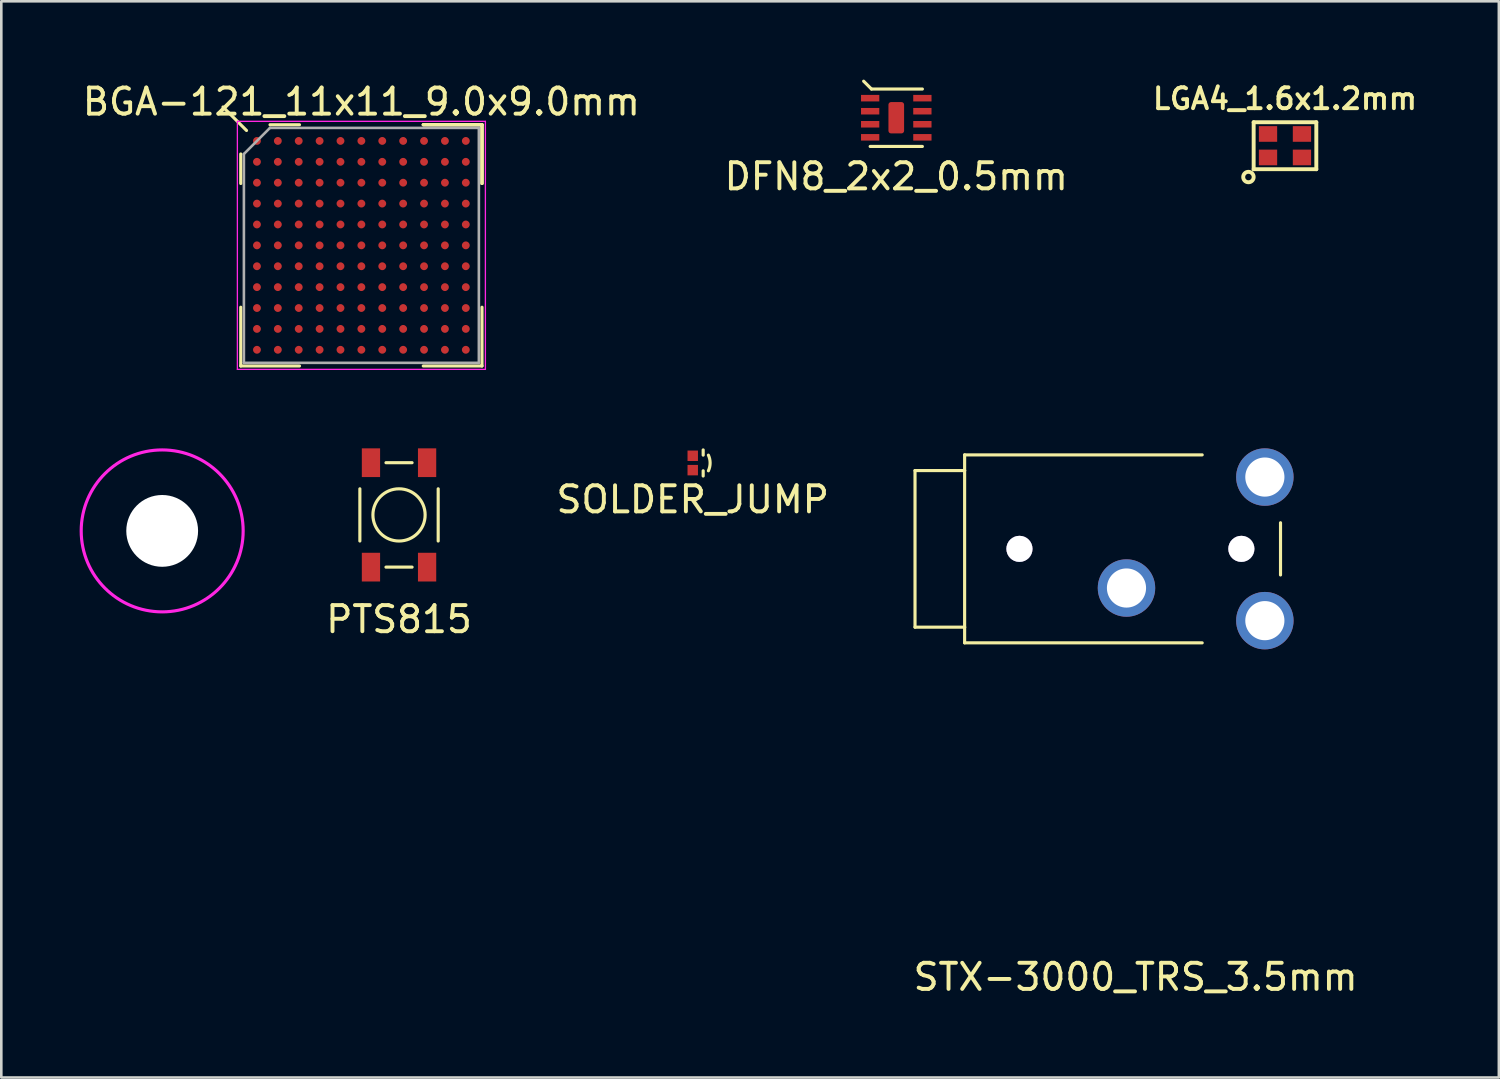
<source format=kicad_pcb>
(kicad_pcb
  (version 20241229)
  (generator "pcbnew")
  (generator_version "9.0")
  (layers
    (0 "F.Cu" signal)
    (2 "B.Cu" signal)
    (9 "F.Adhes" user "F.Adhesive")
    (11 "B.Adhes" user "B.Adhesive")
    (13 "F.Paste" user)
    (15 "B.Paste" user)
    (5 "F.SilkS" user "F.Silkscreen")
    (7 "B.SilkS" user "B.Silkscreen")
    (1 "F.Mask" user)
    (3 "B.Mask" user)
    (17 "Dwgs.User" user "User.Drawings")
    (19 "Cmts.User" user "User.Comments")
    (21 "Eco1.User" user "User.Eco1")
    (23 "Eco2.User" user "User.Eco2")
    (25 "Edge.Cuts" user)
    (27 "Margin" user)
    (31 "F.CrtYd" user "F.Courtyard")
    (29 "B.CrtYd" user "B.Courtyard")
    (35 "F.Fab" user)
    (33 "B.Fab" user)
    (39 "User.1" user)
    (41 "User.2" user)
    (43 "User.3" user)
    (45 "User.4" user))
  (footprint "PTS815"
    (layer "F.Cu")
    (at 12.234 16.673)
    (property "Reference" "PTS815" (at 0 4 180) (layer "F.SilkS") (effects (font (size 1 1) (thickness 0.15))))
    (attr through_hole)
    (fp_line (start -1.5 1) (end -1.5 -1) (stroke (width 0.12) (type solid)) (layer "F.SilkS"))
    (fp_line (start -0.5 -2) (end 0.5 -2) (stroke (width 0.12) (type solid)) (layer "F.SilkS"))
    (fp_line (start 0.5 2) (end -0.5 2) (stroke (width 0.12) (type solid)) (layer "F.SilkS"))
    (fp_line (start 1.5 1) (end 1.5 -1) (stroke (width 0.12) (type solid)) (layer "F.SilkS"))
    (fp_circle (center 0 0) (end 0 -1) (stroke (width 0.12) (type solid)) (fill no) (layer "F.SilkS"))
    (pad "1" smd rect (at -1.075 -2 90) (size 1.1 0.7) (layers "F.Cu" "F.Mask" "F.Paste"))
    (pad "2" smd rect (at 1.075 -2 90) (size 1.1 0.7) (layers "F.Cu" "F.Mask" "F.Paste"))
    (pad "~" smd rect (at -1.075 2 90) (size 1.1 0.7) (layers "F.Cu" "F.Mask" "F.Paste"))
    (pad "~" smd rect (at 1.075 2 90) (size 1.1 0.7) (layers "F.Cu" "F.Mask" "F.Paste")))
  (footprint "STX-3000_TRS_3.5mm"
    (layer "F.Cu")
    (at 40.098 17.973)
    (property "Reference" "STX-3000_TRS_3.5mm" (at 0.35 16.4 0) (layer "F.SilkS") (effects (font (size 1 1) (thickness 0.15))))
    (attr through_hole)
    (fp_line (start -8.1 -3) (end -6.2 -3) (stroke (width 0.12) (type solid)) (layer "F.SilkS"))
    (fp_line (start -8.1 3) (end -8.1 -3) (stroke (width 0.12) (type solid)) (layer "F.SilkS"))
    (fp_line (start -8.1 3) (end -6.2 3) (stroke (width 0.12) (type solid)) (layer "F.SilkS"))
    (fp_line (start -6.2 -3.6) (end 2.9 -3.6) (stroke (width 0.12) (type solid)) (layer "F.SilkS"))
    (fp_line (start -6.2 -3) (end -6.2 -3.6) (stroke (width 0.12) (type solid)) (layer "F.SilkS"))
    (fp_line (start -6.2 -3) (end -6.2 3) (stroke (width 0.12) (type solid)) (layer "F.SilkS"))
    (fp_line (start -6.2 3) (end -6.2 3.6) (stroke (width 0.12) (type solid)) (layer "F.SilkS"))
    (fp_line (start -6.2 3.6) (end 2.9 3.6) (stroke (width 0.12) (type solid)) (layer "F.SilkS"))
    (fp_line (start 5.9 -1) (end 5.9 1) (stroke (width 0.12) (type solid)) (layer "F.SilkS"))
    (pad "R" thru_hole circle (at 5.3 -2.75) (size 2.2 2.2) (drill 1.5) (layers "*.Cu" "*.Mask"))
    (pad "S" thru_hole circle (at 0 1.5) (size 2.2 2.2) (drill 1.5) (layers "*.Cu" "*.Mask"))
    (pad "T" thru_hole circle (at 5.3 2.75) (size 2.2 2.2) (drill 1.5) (layers "*.Cu" "*.Mask"))
    (pad "~" thru_hole circle (at -4.1 0) (size 1 1) (drill 1) (layers "*.Cu" "*.Mask"))
    (pad "~" thru_hole circle (at 4.4 0) (size 1 1) (drill 1) (layers "*.Cu" "*.Mask")))
  (footprint "SOLDER_JUMP"
    (layer "F.Cu")
    (at 23.484 14.683)
    (property "Reference" "SOLDER_JUMP" (at 0 1.4 0) (layer "F.SilkS") (effects (font (size 1 1) (thickness 0.15))))
    (attr through_hole)
    (fp_line (start 0.4 -0.5) (end 0.4 -0.3) (stroke (width 0.12) (type solid)) (layer "F.SilkS"))
    (fp_line (start 0.4 0.3) (end 0.4 0.5) (stroke (width 0.12) (type solid)) (layer "F.SilkS"))
    (fp_arc (start 0.599999 -0.3) (mid 0.66589 0) (end 0.599999 0.299999) (stroke (width 0.12) (type solid)) (layer "F.SilkS"))
    (pad "1" smd rect (at 0 -0.275) (size 0.4 0.4) (layers "F.Cu" "F.Mask" "F.Paste"))
    (pad "2" smd rect (at 0 0.275) (size 0.4 0.4) (layers "F.Cu" "F.Mask" "F.Paste")))
  (footprint "BGA-121_11x11_9.0x9.0mm"
    (layer "F.Cu")
    (at 10.792 6.348)
    (property "Reference" "BGA-121_11x11_9.0x9.0mm" (at 0 -5.5 0) (layer "F.SilkS") (effects (font (size 1 1) (thickness 0.15))))
    (attr smd)
    (fp_line (start -4.62 -3.5) (end -4.62 -2.37) (stroke (width 0.12) (type solid)) (layer "F.SilkS"))
    (fp_line (start -4.62 4.62) (end -4.62 2.37) (stroke (width 0.12) (type solid)) (layer "F.SilkS"))
    (fp_line (start -4.4 -4.4) (end -5.3 -5.3) (stroke (width 0.12) (type solid)) (layer "F.SilkS"))
    (fp_line (start -2.37 -4.62) (end -3.5 -4.62) (stroke (width 0.12) (type solid)) (layer "F.SilkS"))
    (fp_line (start -2.37 4.62) (end -4.62 4.62) (stroke (width 0.12) (type solid)) (layer "F.SilkS"))
    (fp_line (start 2.37 -4.62) (end 4.62 -4.62) (stroke (width 0.12) (type solid)) (layer "F.SilkS"))
    (fp_line (start 2.37 -4.62) (end 4.62 -4.62) (stroke (width 0.12) (type solid)) (layer "F.SilkS"))
    (fp_line (start 2.37 -4.62) (end 4.62 -4.62) (stroke (width 0.12) (type solid)) (layer "F.SilkS"))
    (fp_line (start 2.37 4.62) (end 4.62 4.62) (stroke (width 0.12) (type solid)) (layer "F.SilkS"))
    (fp_line (start 4.62 -4.62) (end 4.62 -2.37) (stroke (width 0.12) (type solid)) (layer "F.SilkS"))
    (fp_line (start 4.62 -4.62) (end 4.62 -2.37) (stroke (width 0.12) (type solid)) (layer "F.SilkS"))
    (fp_line (start 4.62 -4.62) (end 4.62 -2.37) (stroke (width 0.12) (type solid)) (layer "F.SilkS"))
    (fp_line (start 4.62 4.62) (end 4.62 2.37) (stroke (width 0.12) (type solid)) (layer "F.SilkS"))
    (fp_line (start -4.75 -4.75) (end 4.75 -4.75) (stroke (width 0.05) (type solid)) (layer "F.CrtYd"))
    (fp_line (start -4.75 4.75) (end -4.75 -4.75) (stroke (width 0.05) (type solid)) (layer "F.CrtYd"))
    (fp_line (start 4.75 -4.75) (end 4.75 4.75) (stroke (width 0.05) (type solid)) (layer "F.CrtYd"))
    (fp_line (start 4.75 4.75) (end -4.75 4.75) (stroke (width 0.05) (type solid)) (layer "F.CrtYd"))
    (fp_line (start -4.5 -3.5) (end -4.5 4.5) (stroke (width 0.1) (type solid)) (layer "F.Fab"))
    (fp_line (start -4.5 4.5) (end 4.5 4.5) (stroke (width 0.1) (type solid)) (layer "F.Fab"))
    (fp_line (start -3.5 -4.5) (end -4.5 -3.5) (stroke (width 0.1) (type solid)) (layer "F.Fab"))
    (fp_line (start 4.5 -4.5) (end -3.5 -4.5) (stroke (width 0.1) (type solid)) (layer "F.Fab"))
    (fp_line (start 4.5 4.5) (end 4.5 -4.5) (stroke (width 0.1) (type solid)) (layer "F.Fab"))
    (pad "A1" smd circle (at -4 -4) (size 0.3 0.3) (layers "F.Cu" "F.Mask" "F.Paste"))
    (pad "A2" smd circle (at -3.2 -4) (size 0.3 0.3) (layers "F.Cu" "F.Mask" "F.Paste"))
    (pad "A3" smd circle (at -2.4 -4) (size 0.3 0.3) (layers "F.Cu" "F.Mask" "F.Paste"))
    (pad "A4" smd circle (at -1.6 -4) (size 0.3 0.3) (layers "F.Cu" "F.Mask" "F.Paste"))
    (pad "A5" smd circle (at -0.8 -4) (size 0.3 0.3) (layers "F.Cu" "F.Mask" "F.Paste"))
    (pad "A6" smd circle (at 0 -4) (size 0.3 0.3) (layers "F.Cu" "F.Mask" "F.Paste"))
    (pad "A7" smd circle (at 0.8 -4) (size 0.3 0.3) (layers "F.Cu" "F.Mask" "F.Paste"))
    (pad "A8" smd circle (at 1.6 -4) (size 0.3 0.3) (layers "F.Cu" "F.Mask" "F.Paste"))
    (pad "A9" smd circle (at 2.4 -4) (size 0.3 0.3) (layers "F.Cu" "F.Mask" "F.Paste"))
    (pad "A10" smd circle (at 3.2 -4) (size 0.3 0.3) (layers "F.Cu" "F.Mask" "F.Paste"))
    (pad "A11" smd circle (at 4 -4) (size 0.3 0.3) (layers "F.Cu" "F.Mask" "F.Paste"))
    (pad "B1" smd circle (at -4 -3.2) (size 0.3 0.3) (layers "F.Cu" "F.Mask" "F.Paste"))
    (pad "B2" smd circle (at -3.2 -3.2) (size 0.3 0.3) (layers "F.Cu" "F.Mask" "F.Paste"))
    (pad "B3" smd circle (at -2.4 -3.2) (size 0.3 0.3) (layers "F.Cu" "F.Mask" "F.Paste"))
    (pad "B4" smd circle (at -1.6 -3.2) (size 0.3 0.3) (layers "F.Cu" "F.Mask" "F.Paste"))
    (pad "B5" smd circle (at -0.8 -3.2) (size 0.3 0.3) (layers "F.Cu" "F.Mask" "F.Paste"))
    (pad "B6" smd circle (at 0 -3.2) (size 0.3 0.3) (layers "F.Cu" "F.Mask" "F.Paste"))
    (pad "B7" smd circle (at 0.8 -3.2) (size 0.3 0.3) (layers "F.Cu" "F.Mask" "F.Paste"))
    (pad "B8" smd circle (at 1.6 -3.2) (size 0.3 0.3) (layers "F.Cu" "F.Mask" "F.Paste"))
    (pad "B9" smd circle (at 2.4 -3.2) (size 0.3 0.3) (layers "F.Cu" "F.Mask" "F.Paste"))
    (pad "B10" smd circle (at 3.2 -3.2) (size 0.3 0.3) (layers "F.Cu" "F.Mask" "F.Paste"))
    (pad "B11" smd circle (at 4 -3.2) (size 0.3 0.3) (layers "F.Cu" "F.Mask" "F.Paste"))
    (pad "C1" smd circle (at -4 -2.4) (size 0.3 0.3) (layers "F.Cu" "F.Mask" "F.Paste"))
    (pad "C2" smd circle (at -3.2 -2.4) (size 0.3 0.3) (layers "F.Cu" "F.Mask" "F.Paste"))
    (pad "C3" smd circle (at -2.4 -2.4) (size 0.3 0.3) (layers "F.Cu" "F.Mask" "F.Paste"))
    (pad "C4" smd circle (at -1.6 -2.4) (size 0.3 0.3) (layers "F.Cu" "F.Mask" "F.Paste"))
    (pad "C5" smd circle (at -0.8 -2.4) (size 0.3 0.3) (layers "F.Cu" "F.Mask" "F.Paste"))
    (pad "C6" smd circle (at 0 -2.4) (size 0.3 0.3) (layers "F.Cu" "F.Mask" "F.Paste"))
    (pad "C7" smd circle (at 0.8 -2.4) (size 0.3 0.3) (layers "F.Cu" "F.Mask" "F.Paste"))
    (pad "C8" smd circle (at 1.6 -2.4) (size 0.3 0.3) (layers "F.Cu" "F.Mask" "F.Paste"))
    (pad "C9" smd circle (at 2.4 -2.4) (size 0.3 0.3) (layers "F.Cu" "F.Mask" "F.Paste"))
    (pad "C10" smd circle (at 3.2 -2.4) (size 0.3 0.3) (layers "F.Cu" "F.Mask" "F.Paste"))
    (pad "C11" smd circle (at 4 -2.4) (size 0.3 0.3) (layers "F.Cu" "F.Mask" "F.Paste"))
    (pad "D1" smd circle (at -4 -1.6) (size 0.3 0.3) (layers "F.Cu" "F.Mask" "F.Paste"))
    (pad "D2" smd circle (at -3.2 -1.6) (size 0.3 0.3) (layers "F.Cu" "F.Mask" "F.Paste"))
    (pad "D3" smd circle (at -2.4 -1.6) (size 0.3 0.3) (layers "F.Cu" "F.Mask" "F.Paste"))
    (pad "D4" smd circle (at -1.6 -1.6) (size 0.3 0.3) (layers "F.Cu" "F.Mask" "F.Paste"))
    (pad "D5" smd circle (at -0.8 -1.6) (size 0.3 0.3) (layers "F.Cu" "F.Mask" "F.Paste"))
    (pad "D6" smd circle (at 0 -1.6) (size 0.3 0.3) (layers "F.Cu" "F.Mask" "F.Paste"))
    (pad "D7" smd circle (at 0.8 -1.6) (size 0.3 0.3) (layers "F.Cu" "F.Mask" "F.Paste"))
    (pad "D8" smd circle (at 1.6 -1.6) (size 0.3 0.3) (layers "F.Cu" "F.Mask" "F.Paste"))
    (pad "D9" smd circle (at 2.4 -1.6) (size 0.3 0.3) (layers "F.Cu" "F.Mask" "F.Paste"))
    (pad "D10" smd circle (at 3.2 -1.6) (size 0.3 0.3) (layers "F.Cu" "F.Mask" "F.Paste"))
    (pad "D11" smd circle (at 4 -1.6) (size 0.3 0.3) (layers "F.Cu" "F.Mask" "F.Paste"))
    (pad "E1" smd circle (at -4 -0.8) (size 0.3 0.3) (layers "F.Cu" "F.Mask" "F.Paste"))
    (pad "E2" smd circle (at -3.2 -0.8) (size 0.3 0.3) (layers "F.Cu" "F.Mask" "F.Paste"))
    (pad "E3" smd circle (at -2.4 -0.8) (size 0.3 0.3) (layers "F.Cu" "F.Mask" "F.Paste"))
    (pad "E4" smd circle (at -1.6 -0.8) (size 0.3 0.3) (layers "F.Cu" "F.Mask" "F.Paste"))
    (pad "E5" smd circle (at -0.8 -0.8) (size 0.3 0.3) (layers "F.Cu" "F.Mask" "F.Paste"))
    (pad "E6" smd circle (at 0 -0.8) (size 0.3 0.3) (layers "F.Cu" "F.Mask" "F.Paste"))
    (pad "E7" smd circle (at 0.8 -0.8) (size 0.3 0.3) (layers "F.Cu" "F.Mask" "F.Paste"))
    (pad "E8" smd circle (at 1.6 -0.8) (size 0.3 0.3) (layers "F.Cu" "F.Mask" "F.Paste"))
    (pad "E9" smd circle (at 2.4 -0.8) (size 0.3 0.3) (layers "F.Cu" "F.Mask" "F.Paste"))
    (pad "E10" smd circle (at 3.2 -0.8) (size 0.3 0.3) (layers "F.Cu" "F.Mask" "F.Paste"))
    (pad "E11" smd circle (at 4 -0.8) (size 0.3 0.3) (layers "F.Cu" "F.Mask" "F.Paste"))
    (pad "F1" smd circle (at -4 0) (size 0.3 0.3) (layers "F.Cu" "F.Mask" "F.Paste"))
    (pad "F2" smd circle (at -3.2 0) (size 0.3 0.3) (layers "F.Cu" "F.Mask" "F.Paste"))
    (pad "F3" smd circle (at -2.4 0) (size 0.3 0.3) (layers "F.Cu" "F.Mask" "F.Paste"))
    (pad "F4" smd circle (at -1.6 0) (size 0.3 0.3) (layers "F.Cu" "F.Mask" "F.Paste"))
    (pad "F5" smd circle (at -0.8 0) (size 0.3 0.3) (layers "F.Cu" "F.Mask" "F.Paste"))
    (pad "F6" smd circle (at 0 0) (size 0.3 0.3) (layers "F.Cu" "F.Mask" "F.Paste"))
    (pad "F7" smd circle (at 0.8 0) (size 0.3 0.3) (layers "F.Cu" "F.Mask" "F.Paste"))
    (pad "F8" smd circle (at 1.6 0) (size 0.3 0.3) (layers "F.Cu" "F.Mask" "F.Paste"))
    (pad "F9" smd circle (at 2.4 0) (size 0.3 0.3) (layers "F.Cu" "F.Mask" "F.Paste"))
    (pad "F10" smd circle (at 3.2 0) (size 0.3 0.3) (layers "F.Cu" "F.Mask" "F.Paste"))
    (pad "F11" smd circle (at 4 0) (size 0.3 0.3) (layers "F.Cu" "F.Mask" "F.Paste"))
    (pad "G1" smd circle (at -4 0.8) (size 0.3 0.3) (layers "F.Cu" "F.Mask" "F.Paste"))
    (pad "G2" smd circle (at -3.2 0.8) (size 0.3 0.3) (layers "F.Cu" "F.Mask" "F.Paste"))
    (pad "G3" smd circle (at -2.4 0.8) (size 0.3 0.3) (layers "F.Cu" "F.Mask" "F.Paste"))
    (pad "G4" smd circle (at -1.6 0.8) (size 0.3 0.3) (layers "F.Cu" "F.Mask" "F.Paste"))
    (pad "G5" smd circle (at -0.8 0.8) (size 0.3 0.3) (layers "F.Cu" "F.Mask" "F.Paste"))
    (pad "G6" smd circle (at 0 0.8) (size 0.3 0.3) (layers "F.Cu" "F.Mask" "F.Paste"))
    (pad "G7" smd circle (at 0.8 0.8) (size 0.3 0.3) (layers "F.Cu" "F.Mask" "F.Paste"))
    (pad "G8" smd circle (at 1.6 0.8) (size 0.3 0.3) (layers "F.Cu" "F.Mask" "F.Paste"))
    (pad "G9" smd circle (at 2.4 0.8) (size 0.3 0.3) (layers "F.Cu" "F.Mask" "F.Paste"))
    (pad "G10" smd circle (at 3.2 0.8) (size 0.3 0.3) (layers "F.Cu" "F.Mask" "F.Paste"))
    (pad "G11" smd circle (at 4 0.8) (size 0.3 0.3) (layers "F.Cu" "F.Mask" "F.Paste"))
    (pad "H1" smd circle (at -4 1.6) (size 0.3 0.3) (layers "F.Cu" "F.Mask" "F.Paste"))
    (pad "H2" smd circle (at -3.2 1.6) (size 0.3 0.3) (layers "F.Cu" "F.Mask" "F.Paste"))
    (pad "H3" smd circle (at -2.4 1.6) (size 0.3 0.3) (layers "F.Cu" "F.Mask" "F.Paste"))
    (pad "H4" smd circle (at -1.6 1.6) (size 0.3 0.3) (layers "F.Cu" "F.Mask" "F.Paste"))
    (pad "H5" smd circle (at -0.8 1.6) (size 0.3 0.3) (layers "F.Cu" "F.Mask" "F.Paste"))
    (pad "H6" smd circle (at 0 1.6) (size 0.3 0.3) (layers "F.Cu" "F.Mask" "F.Paste"))
    (pad "H7" smd circle (at 0.8 1.6) (size 0.3 0.3) (layers "F.Cu" "F.Mask" "F.Paste"))
    (pad "H8" smd circle (at 1.6 1.6) (size 0.3 0.3) (layers "F.Cu" "F.Mask" "F.Paste"))
    (pad "H9" smd circle (at 2.4 1.6) (size 0.3 0.3) (layers "F.Cu" "F.Mask" "F.Paste"))
    (pad "H10" smd circle (at 3.2 1.6) (size 0.3 0.3) (layers "F.Cu" "F.Mask" "F.Paste"))
    (pad "H11" smd circle (at 4 1.6) (size 0.3 0.3) (layers "F.Cu" "F.Mask" "F.Paste"))
    (pad "J1" smd circle (at -4 2.4) (size 0.3 0.3) (layers "F.Cu" "F.Mask" "F.Paste"))
    (pad "J2" smd circle (at -3.2 2.4) (size 0.3 0.3) (layers "F.Cu" "F.Mask" "F.Paste"))
    (pad "J3" smd circle (at -2.4 2.4) (size 0.3 0.3) (layers "F.Cu" "F.Mask" "F.Paste"))
    (pad "J4" smd circle (at -1.6 2.4) (size 0.3 0.3) (layers "F.Cu" "F.Mask" "F.Paste"))
    (pad "J5" smd circle (at -0.8 2.4) (size 0.3 0.3) (layers "F.Cu" "F.Mask" "F.Paste"))
    (pad "J6" smd circle (at 0 2.4) (size 0.3 0.3) (layers "F.Cu" "F.Mask" "F.Paste"))
    (pad "J7" smd circle (at 0.8 2.4) (size 0.3 0.3) (layers "F.Cu" "F.Mask" "F.Paste"))
    (pad "J8" smd circle (at 1.6 2.4) (size 0.3 0.3) (layers "F.Cu" "F.Mask" "F.Paste"))
    (pad "J9" smd circle (at 2.4 2.4) (size 0.3 0.3) (layers "F.Cu" "F.Mask" "F.Paste"))
    (pad "J10" smd circle (at 3.2 2.4) (size 0.3 0.3) (layers "F.Cu" "F.Mask" "F.Paste"))
    (pad "J11" smd circle (at 4 2.4) (size 0.3 0.3) (layers "F.Cu" "F.Mask" "F.Paste"))
    (pad "K1" smd circle (at -4 3.2) (size 0.3 0.3) (layers "F.Cu" "F.Mask" "F.Paste"))
    (pad "K2" smd circle (at -3.2 3.2) (size 0.3 0.3) (layers "F.Cu" "F.Mask" "F.Paste"))
    (pad "K3" smd circle (at -2.4 3.2) (size 0.3 0.3) (layers "F.Cu" "F.Mask" "F.Paste"))
    (pad "K4" smd circle (at -1.6 3.2) (size 0.3 0.3) (layers "F.Cu" "F.Mask" "F.Paste"))
    (pad "K5" smd circle (at -0.8 3.2) (size 0.3 0.3) (layers "F.Cu" "F.Mask" "F.Paste"))
    (pad "K6" smd circle (at 0 3.2) (size 0.3 0.3) (layers "F.Cu" "F.Mask" "F.Paste"))
    (pad "K7" smd circle (at 0.8 3.2) (size 0.3 0.3) (layers "F.Cu" "F.Mask" "F.Paste"))
    (pad "K8" smd circle (at 1.6 3.2) (size 0.3 0.3) (layers "F.Cu" "F.Mask" "F.Paste"))
    (pad "K9" smd circle (at 2.4 3.2) (size 0.3 0.3) (layers "F.Cu" "F.Mask" "F.Paste"))
    (pad "K10" smd circle (at 3.2 3.2) (size 0.3 0.3) (layers "F.Cu" "F.Mask" "F.Paste"))
    (pad "K11" smd circle (at 4 3.2) (size 0.3 0.3) (layers "F.Cu" "F.Mask" "F.Paste"))
    (pad "L1" smd circle (at -4 4) (size 0.3 0.3) (layers "F.Cu" "F.Mask" "F.Paste"))
    (pad "L2" smd circle (at -3.2 4) (size 0.3 0.3) (layers "F.Cu" "F.Mask" "F.Paste"))
    (pad "L3" smd circle (at -2.4 4) (size 0.3 0.3) (layers "F.Cu" "F.Mask" "F.Paste"))
    (pad "L4" smd circle (at -1.6 4) (size 0.3 0.3) (layers "F.Cu" "F.Mask" "F.Paste"))
    (pad "L5" smd circle (at -0.8 4) (size 0.3 0.3) (layers "F.Cu" "F.Mask" "F.Paste"))
    (pad "L6" smd circle (at 0 4) (size 0.3 0.3) (layers "F.Cu" "F.Mask" "F.Paste"))
    (pad "L7" smd circle (at 0.8 4) (size 0.3 0.3) (layers "F.Cu" "F.Mask" "F.Paste"))
    (pad "L8" smd circle (at 1.6 4) (size 0.3 0.3) (layers "F.Cu" "F.Mask" "F.Paste"))
    (pad "L9" smd circle (at 2.4 4) (size 0.3 0.3) (layers "F.Cu" "F.Mask" "F.Paste"))
    (pad "L10" smd circle (at 3.2 4) (size 0.3 0.3) (layers "F.Cu" "F.Mask" "F.Paste"))
    (pad "L11" smd circle (at 4 4) (size 0.3 0.3) (layers "F.Cu" "F.Mask" "F.Paste")))
  (footprint "LGA4_1.6x1.2mm"
    (layer "F.Cu")
    (at 46.169 2.531)
    (property "Reference" "LGA4_1.6x1.2mm" (at 0 -1.8 0) (layer "F.SilkS") (effects (font (size 0.8 0.8) (thickness 0.15))))
    (attr through_hole)
    (fp_line (start -1.2 -0.9) (end 1.2 -0.9) (stroke (width 0.15) (type solid)) (layer "F.SilkS"))
    (fp_line (start -1.2 0.9) (end -1.2 -0.9) (stroke (width 0.15) (type solid)) (layer "F.SilkS"))
    (fp_line (start 1.2 -0.9) (end 1.2 0.9) (stroke (width 0.15) (type solid)) (layer "F.SilkS"))
    (fp_line (start 1.2 0.9) (end -1.2 0.9) (stroke (width 0.15) (type solid)) (layer "F.SilkS"))
    (fp_circle (center -1.4 1.2) (end -1.4 1) (stroke (width 0.15) (type solid)) (fill no) (layer "F.SilkS"))
    (pad "1" smd rect (at -0.65 0.45) (size 0.7 0.6) (layers "F.Cu" "F.Mask" "F.Paste"))
    (pad "2" smd rect (at 0.65 0.45) (size 0.7 0.6) (layers "F.Cu" "F.Mask" "F.Paste"))
    (pad "3" smd rect (at 0.65 -0.45) (size 0.7 0.6) (layers "F.Cu" "F.Mask" "F.Paste"))
    (pad "4" smd rect (at -0.65 -0.45) (size 0.7 0.6) (layers "F.Cu" "F.Mask" "F.Paste")))
  (footprint "DFN8_2x2_0.5mm"
    (layer "F.Cu")
    (at 31.28 1.46)
    (property "Reference" "DFN8_2x2_0.5mm" (at 0 2.25 0) (layer "F.SilkS") (effects (font (size 1 1) (thickness 0.15))))
    (attr through_hole)
    (fp_line (start -1 1.1) (end 1 1.1) (stroke (width 0.12) (type solid)) (layer "F.SilkS"))
    (fp_line (start -0.95 -1.1) (end -1.25 -1.4) (stroke (width 0.12) (type solid)) (layer "F.SilkS"))
    (fp_line (start -0.95 -1.1) (end 1 -1.1) (stroke (width 0.12) (type solid)) (layer "F.SilkS"))
    (pad "1" smd rect (at -1 -0.75) (size 0.7 0.25) (layers "F.Cu" "F.Mask" "F.Paste"))
    (pad "2" smd rect (at -1 -0.25) (size 0.7 0.25) (layers "F.Cu" "F.Mask" "F.Paste"))
    (pad "3" smd rect (at -1 0.25) (size 0.7 0.25) (layers "F.Cu" "F.Mask" "F.Paste"))
    (pad "4" smd rect (at -1 0.75) (size 0.7 0.25) (layers "F.Cu" "F.Mask" "F.Paste"))
    (pad "5" smd rect (at 1 0.75) (size 0.7 0.25) (layers "F.Cu" "F.Mask" "F.Paste"))
    (pad "6" smd rect (at 1 0.25) (size 0.7 0.25) (layers "F.Cu" "F.Mask" "F.Paste"))
    (pad "7" smd rect (at 1 -0.25) (size 0.7 0.25) (layers "F.Cu" "F.Mask" "F.Paste"))
    (pad "8" smd roundrect (at 0 0) (size 0.6 1.2) (layers "F.Cu" "F.Mask" "F.Paste") (roundrect_rratio 0.167))
    (pad "8" smd rect (at 1 -0.75) (size 0.7 0.25) (layers "F.Cu" "F.Mask" "F.Paste")))
  (footprint "MOUNTHOLE_M2.5"
    (layer "F.Cu")
    (at 3.162 17.285)
    (property "Reference" "MOUNTHOLE_M2.5" (at 0 0.5 0) (layer "F.SilkS") (effects (font (size 0.1 0.1) (thickness 0.15))))
    (attr through_hole)
    (fp_circle (center 0 0) (end 3.1 -0.1) (stroke (width 0.12) (type solid)) (fill no) (layer "F.CrtYd"))
    (pad "" np_thru_hole circle (at 0 0) (size 2.75 2.75) (drill 2.75) (layers "*.Cu" "*.Mask")))
  (gr_rect
    (start -3 -3)
    (end 54.361 38.221)
    (stroke (width 0.1) (type default))
    (fill no)
    (layer "Edge.Cuts")))
</source>
